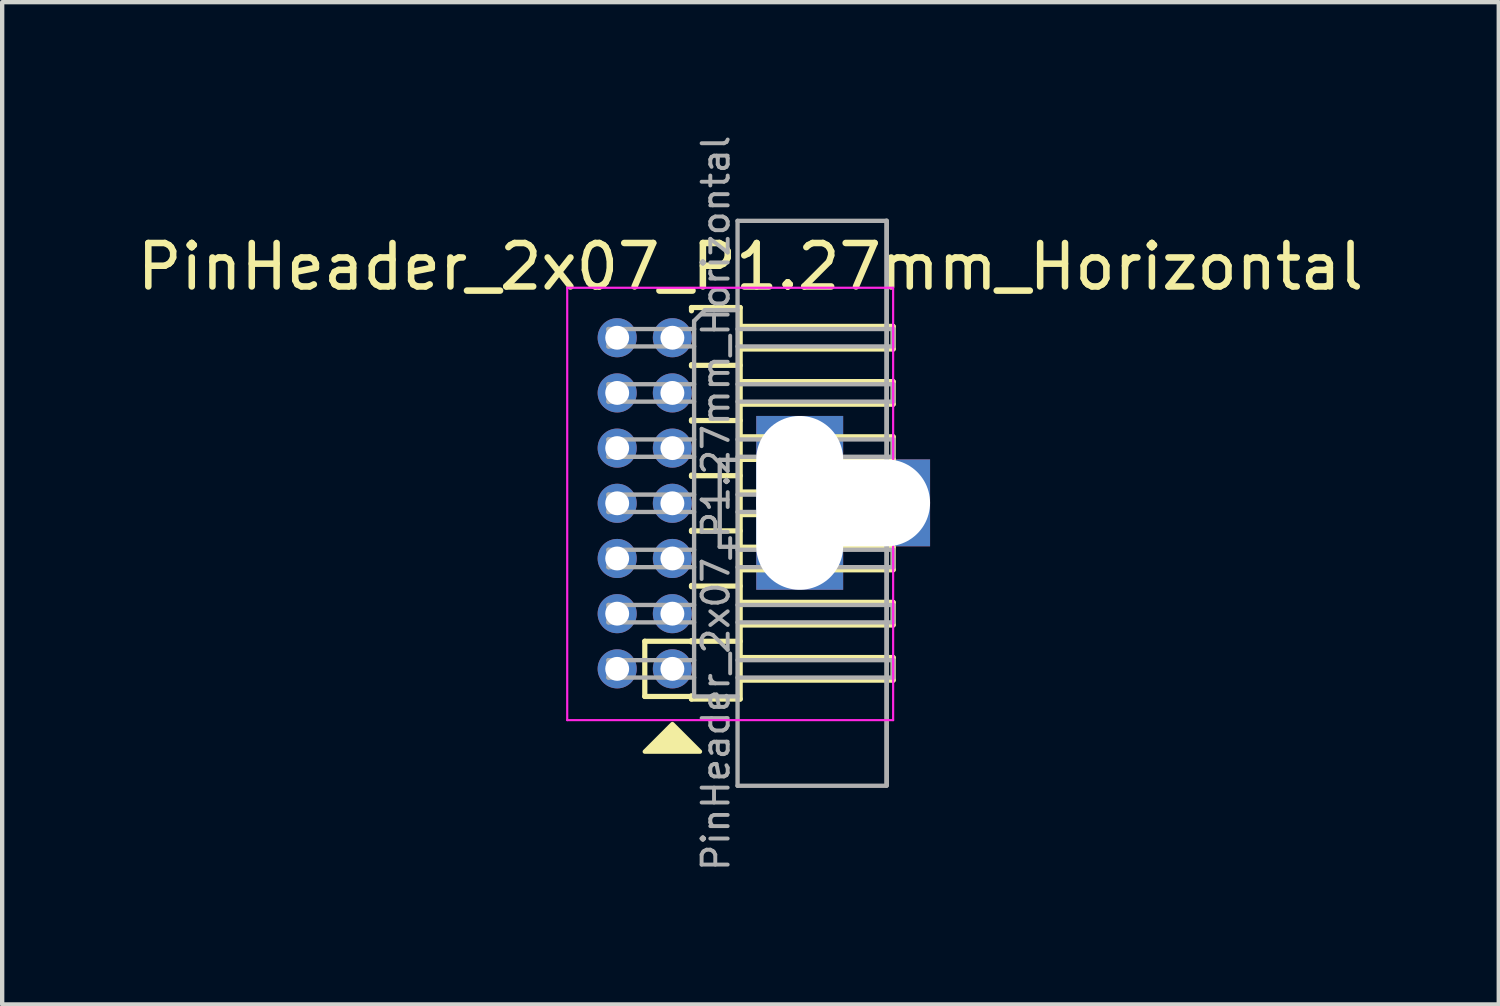
<source format=kicad_pcb>
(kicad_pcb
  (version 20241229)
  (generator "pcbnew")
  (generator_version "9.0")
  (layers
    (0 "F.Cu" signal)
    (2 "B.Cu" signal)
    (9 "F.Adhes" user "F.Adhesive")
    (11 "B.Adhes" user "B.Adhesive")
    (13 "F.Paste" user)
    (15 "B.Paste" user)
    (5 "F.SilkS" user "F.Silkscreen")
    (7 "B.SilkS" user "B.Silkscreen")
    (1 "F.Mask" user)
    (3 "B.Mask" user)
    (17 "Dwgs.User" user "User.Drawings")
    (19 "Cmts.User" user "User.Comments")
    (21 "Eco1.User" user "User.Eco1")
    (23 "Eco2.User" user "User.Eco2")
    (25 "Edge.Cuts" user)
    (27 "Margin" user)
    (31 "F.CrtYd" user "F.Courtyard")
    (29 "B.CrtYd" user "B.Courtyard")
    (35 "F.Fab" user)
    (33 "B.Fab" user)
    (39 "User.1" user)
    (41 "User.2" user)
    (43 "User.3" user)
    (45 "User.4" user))
  (footprint "PinHeader_2x07_P1.27mm_Horizontal"
    (layer "F.Cu")
    (at 11.153 4.722)
    (property "Reference" "PinHeader_2x07_P1.27mm_Horizontal" (at 3.067 -1.635 0) (layer "F.SilkS") (effects (font (size 1 1) (thickness 0.15))))
    (attr through_hole)
    (fp_line (start 0.635 6.985) (end 1.71 6.985) (stroke (width 0.12) (type solid)) (layer "F.SilkS"))
    (fp_line (start 0.635 8.255) (end 0.635 6.985) (stroke (width 0.12) (type solid)) (layer "F.SilkS"))
    (fp_line (start 0.635 8.255) (end 1.71 8.255) (stroke (width 0.12) (type solid)) (layer "F.SilkS"))
    (fp_line (start 1.71 -0.695) (end 2.83 -0.695) (stroke (width 0.12) (type solid)) (layer "F.SilkS"))
    (fp_line (start 1.71 -0.62) (end 1.71 -0.695) (stroke (width 0.12) (type solid)) (layer "F.SilkS"))
    (fp_line (start 1.71 0.62) (end 1.71 0.65) (stroke (width 0.12) (type solid)) (layer "F.SilkS"))
    (fp_line (start 1.71 0.635) (end 2.83 0.635) (stroke (width 0.12) (type solid)) (layer "F.SilkS"))
    (fp_line (start 1.71 1.89) (end 1.71 1.92) (stroke (width 0.12) (type solid)) (layer "F.SilkS"))
    (fp_line (start 1.71 1.905) (end 2.83 1.905) (stroke (width 0.12) (type solid)) (layer "F.SilkS"))
    (fp_line (start 1.71 3.16) (end 1.71 3.19) (stroke (width 0.12) (type solid)) (layer "F.SilkS"))
    (fp_line (start 1.71 3.175) (end 2.83 3.175) (stroke (width 0.12) (type solid)) (layer "F.SilkS"))
    (fp_line (start 1.71 4.43) (end 1.71 4.46) (stroke (width 0.12) (type solid)) (layer "F.SilkS"))
    (fp_line (start 1.71 4.445) (end 2.83 4.445) (stroke (width 0.12) (type solid)) (layer "F.SilkS"))
    (fp_line (start 1.71 5.7) (end 1.71 5.73) (stroke (width 0.12) (type solid)) (layer "F.SilkS"))
    (fp_line (start 1.71 5.715) (end 2.83 5.715) (stroke (width 0.12) (type solid)) (layer "F.SilkS"))
    (fp_line (start 1.71 6.97) (end 1.71 7) (stroke (width 0.12) (type solid)) (layer "F.SilkS"))
    (fp_line (start 1.71 6.985) (end 2.83 6.985) (stroke (width 0.12) (type solid)) (layer "F.SilkS"))
    (fp_line (start 1.71 8.315) (end 1.71 8.24) (stroke (width 0.12) (type solid)) (layer "F.SilkS"))
    (fp_line (start 2.83 -0.695) (end 2.83 8.315) (stroke (width 0.12) (type solid)) (layer "F.SilkS"))
    (fp_line (start 2.83 -0.26) (end 6.35 -0.26) (stroke (width 0.12) (type solid)) (layer "F.SilkS"))
    (fp_line (start 2.83 1.01) (end 6.35 1.01) (stroke (width 0.12) (type solid)) (layer "F.SilkS"))
    (fp_line (start 2.83 2.28) (end 6.35 2.28) (stroke (width 0.12) (type solid)) (layer "F.SilkS"))
    (fp_line (start 2.83 3.55) (end 6.35 3.55) (stroke (width 0.12) (type solid)) (layer "F.SilkS"))
    (fp_line (start 2.83 4.82) (end 6.35 4.82) (stroke (width 0.12) (type solid)) (layer "F.SilkS"))
    (fp_line (start 2.83 6.09) (end 6.35 6.09) (stroke (width 0.12) (type solid)) (layer "F.SilkS"))
    (fp_line (start 2.83 7.36) (end 6.35 7.36) (stroke (width 0.12) (type solid)) (layer "F.SilkS"))
    (fp_line (start 2.83 8.315) (end 1.71 8.315) (stroke (width 0.12) (type solid)) (layer "F.SilkS"))
    (fp_line (start 6.35 -0.26) (end 6.35 0.26) (stroke (width 0.12) (type solid)) (layer "F.SilkS"))
    (fp_line (start 6.35 0.26) (end 2.83 0.26) (stroke (width 0.12) (type solid)) (layer "F.SilkS"))
    (fp_line (start 6.35 1.01) (end 6.35 1.53) (stroke (width 0.12) (type solid)) (layer "F.SilkS"))
    (fp_line (start 6.35 1.53) (end 2.83 1.53) (stroke (width 0.12) (type solid)) (layer "F.SilkS"))
    (fp_line (start 6.35 2.28) (end 6.35 2.8) (stroke (width 0.12) (type solid)) (layer "F.SilkS"))
    (fp_line (start 6.35 2.8) (end 2.83 2.8) (stroke (width 0.12) (type solid)) (layer "F.SilkS"))
    (fp_line (start 6.35 3.55) (end 6.35 4.07) (stroke (width 0.12) (type solid)) (layer "F.SilkS"))
    (fp_line (start 6.35 4.07) (end 2.83 4.07) (stroke (width 0.12) (type solid)) (layer "F.SilkS"))
    (fp_line (start 6.35 4.82) (end 6.35 5.34) (stroke (width 0.12) (type solid)) (layer "F.SilkS"))
    (fp_line (start 6.35 5.34) (end 2.83 5.34) (stroke (width 0.12) (type solid)) (layer "F.SilkS"))
    (fp_line (start 6.35 6.09) (end 6.35 6.61) (stroke (width 0.12) (type solid)) (layer "F.SilkS"))
    (fp_line (start 6.35 6.61) (end 2.83 6.61) (stroke (width 0.12) (type solid)) (layer "F.SilkS"))
    (fp_line (start 6.35 7.36) (end 6.35 7.88) (stroke (width 0.12) (type solid)) (layer "F.SilkS"))
    (fp_line (start 6.35 7.88) (end 2.83 7.88) (stroke (width 0.12) (type solid)) (layer "F.SilkS"))
    (fp_poly (pts (xy 1.905 9.525) (xy 0.635 9.525) (xy 1.27 8.89)) (stroke (width 0.1) (type solid)) (fill yes) (layer "F.SilkS"))
    (fp_line (start -1.15 -1.15) (end -1.15 8.8) (stroke (width 0.05) (type solid)) (layer "F.CrtYd"))
    (fp_line (start -1.15 8.8) (end 6.35 8.8) (stroke (width 0.05) (type solid)) (layer "F.CrtYd"))
    (fp_line (start 6.35 -1.15) (end -1.15 -1.15) (stroke (width 0.05) (type solid)) (layer "F.CrtYd"))
    (fp_line (start 6.35 8.8) (end 6.35 -1.15) (stroke (width 0.05) (type solid)) (layer "F.CrtYd"))
    (fp_line (start -0.2 -0.2) (end -0.2 0.2) (stroke (width 0.1) (type solid)) (layer "F.Fab"))
    (fp_line (start -0.2 -0.2) (end 1.77 -0.2) (stroke (width 0.1) (type solid)) (layer "F.Fab"))
    (fp_line (start -0.2 0.2) (end 1.77 0.2) (stroke (width 0.1) (type solid)) (layer "F.Fab"))
    (fp_line (start -0.2 1.07) (end -0.2 1.47) (stroke (width 0.1) (type solid)) (layer "F.Fab"))
    (fp_line (start -0.2 1.07) (end 1.77 1.07) (stroke (width 0.1) (type solid)) (layer "F.Fab"))
    (fp_line (start -0.2 1.47) (end 1.77 1.47) (stroke (width 0.1) (type solid)) (layer "F.Fab"))
    (fp_line (start -0.2 2.34) (end -0.2 2.74) (stroke (width 0.1) (type solid)) (layer "F.Fab"))
    (fp_line (start -0.2 2.34) (end 1.77 2.34) (stroke (width 0.1) (type solid)) (layer "F.Fab"))
    (fp_line (start -0.2 2.74) (end 1.77 2.74) (stroke (width 0.1) (type solid)) (layer "F.Fab"))
    (fp_line (start -0.2 3.61) (end -0.2 4.01) (stroke (width 0.1) (type solid)) (layer "F.Fab"))
    (fp_line (start -0.2 3.61) (end 1.77 3.61) (stroke (width 0.1) (type solid)) (layer "F.Fab"))
    (fp_line (start -0.2 4.01) (end 1.77 4.01) (stroke (width 0.1) (type solid)) (layer "F.Fab"))
    (fp_line (start -0.2 4.88) (end -0.2 5.28) (stroke (width 0.1) (type solid)) (layer "F.Fab"))
    (fp_line (start -0.2 4.88) (end 1.77 4.88) (stroke (width 0.1) (type solid)) (layer "F.Fab"))
    (fp_line (start -0.2 5.28) (end 1.77 5.28) (stroke (width 0.1) (type solid)) (layer "F.Fab"))
    (fp_line (start -0.2 6.15) (end -0.2 6.55) (stroke (width 0.1) (type solid)) (layer "F.Fab"))
    (fp_line (start -0.2 6.15) (end 1.77 6.15) (stroke (width 0.1) (type solid)) (layer "F.Fab"))
    (fp_line (start -0.2 6.55) (end 1.77 6.55) (stroke (width 0.1) (type solid)) (layer "F.Fab"))
    (fp_line (start -0.2 7.42) (end -0.2 7.82) (stroke (width 0.1) (type solid)) (layer "F.Fab"))
    (fp_line (start -0.2 7.42) (end 1.77 7.42) (stroke (width 0.1) (type solid)) (layer "F.Fab"))
    (fp_line (start -0.2 7.82) (end 1.77 7.82) (stroke (width 0.1) (type solid)) (layer "F.Fab"))
    (fp_line (start 1.77 -0.385) (end 2.02 -0.635) (stroke (width 0.1) (type solid)) (layer "F.Fab"))
    (fp_line (start 1.77 8.255) (end 1.77 -0.385) (stroke (width 0.1) (type solid)) (layer "F.Fab"))
    (fp_line (start 2.02 -0.635) (end 2.77 -0.635) (stroke (width 0.1) (type solid)) (layer "F.Fab"))
    (fp_line (start 2.36 2.81) (end 2.36 4.81) (stroke (width 0.1) (type solid)) (layer "F.Fab"))
    (fp_line (start 2.36 2.81) (end 2.77 2.81) (stroke (width 0.1) (type solid)) (layer "F.Fab"))
    (fp_line (start 2.36 4.81) (end 2.77 4.81) (stroke (width 0.1) (type solid)) (layer "F.Fab"))
    (fp_line (start 2.77 -2.69) (end 2.77 10.31) (stroke (width 0.1) (type solid)) (layer "F.Fab"))
    (fp_line (start 2.77 -2.69) (end 6.2 -2.69) (stroke (width 0.1) (type solid)) (layer "F.Fab"))
    (fp_line (start 2.77 -0.2) (end 6.35 -0.2) (stroke (width 0.1) (type solid)) (layer "F.Fab"))
    (fp_line (start 2.77 0.2) (end 6.35 0.2) (stroke (width 0.1) (type solid)) (layer "F.Fab"))
    (fp_line (start 2.77 1.07) (end 6.35 1.07) (stroke (width 0.1) (type solid)) (layer "F.Fab"))
    (fp_line (start 2.77 1.47) (end 6.35 1.47) (stroke (width 0.1) (type solid)) (layer "F.Fab"))
    (fp_line (start 2.77 2.34) (end 6.35 2.34) (stroke (width 0.1) (type solid)) (layer "F.Fab"))
    (fp_line (start 2.77 2.74) (end 6.35 2.74) (stroke (width 0.1) (type solid)) (layer "F.Fab"))
    (fp_line (start 2.77 3.61) (end 6.35 3.61) (stroke (width 0.1) (type solid)) (layer "F.Fab"))
    (fp_line (start 2.77 4.01) (end 6.35 4.01) (stroke (width 0.1) (type solid)) (layer "F.Fab"))
    (fp_line (start 2.77 4.88) (end 6.35 4.88) (stroke (width 0.1) (type solid)) (layer "F.Fab"))
    (fp_line (start 2.77 5.28) (end 6.35 5.28) (stroke (width 0.1) (type solid)) (layer "F.Fab"))
    (fp_line (start 2.77 6.15) (end 6.35 6.15) (stroke (width 0.1) (type solid)) (layer "F.Fab"))
    (fp_line (start 2.77 6.55) (end 6.35 6.55) (stroke (width 0.1) (type solid)) (layer "F.Fab"))
    (fp_line (start 2.77 7.42) (end 6.35 7.42) (stroke (width 0.1) (type solid)) (layer "F.Fab"))
    (fp_line (start 2.77 7.82) (end 6.35 7.82) (stroke (width 0.1) (type solid)) (layer "F.Fab"))
    (fp_line (start 2.77 8.255) (end 1.77 8.255) (stroke (width 0.1) (type solid)) (layer "F.Fab"))
    (fp_line (start 2.77 10.31) (end 6.2 10.31) (stroke (width 0.1) (type solid)) (layer "F.Fab"))
    (fp_line (start 3.36 2.81) (end 3.36 4.81) (stroke (width 0.1) (type solid)) (layer "F.Fab"))
    (fp_line (start 6.2 -2.69) (end 6.2 10.3) (stroke (width 0.11) (type solid)) (layer "F.Fab"))
    (fp_line (start 6.35 -0.2) (end 6.35 0.2) (stroke (width 0.1) (type solid)) (layer "F.Fab"))
    (fp_line (start 6.35 1.07) (end 6.35 1.47) (stroke (width 0.1) (type solid)) (layer "F.Fab"))
    (fp_line (start 6.35 2.34) (end 6.35 2.74) (stroke (width 0.1) (type solid)) (layer "F.Fab"))
    (fp_line (start 6.35 3.61) (end 6.35 4.01) (stroke (width 0.1) (type solid)) (layer "F.Fab"))
    (fp_line (start 6.35 4.88) (end 6.35 5.28) (stroke (width 0.1) (type solid)) (layer "F.Fab"))
    (fp_line (start 6.35 6.15) (end 6.35 6.55) (stroke (width 0.1) (type solid)) (layer "F.Fab"))
    (fp_line (start 6.35 7.42) (end 6.35 7.82) (stroke (width 0.1) (type solid)) (layer "F.Fab"))
    (fp_text user "${REFERENCE}" (at 2.27 3.81 90) (layer "F.Fab") (effects (font (size 0.6 0.6) (thickness 0.09))))
    (pad "" np_thru_hole rect (at 4.2 3.8 90) (size 4 2) (drill oval 4 2) (layers "*.Cu" "*.Mask"))
    (pad "" np_thru_hole rect (at 5.2 3.8) (size 4 2) (drill oval 4 2) (layers "*.Cu" "*.Mask"))
    (pad "1" thru_hole circle (at 1.27 7.62) (size 0.9 0.9) (drill 0.55) (layers "*.Cu" "*.Mask"))
    (pad "2" thru_hole circle (at 0 7.62) (size 0.9 0.9) (drill 0.55) (layers "*.Cu" "*.Mask"))
    (pad "3" thru_hole circle (at 1.27 6.35) (size 0.9 0.9) (drill 0.55) (layers "*.Cu" "*.Mask"))
    (pad "4" thru_hole circle (at 0 6.35) (size 0.9 0.9) (drill 0.55) (layers "*.Cu" "*.Mask"))
    (pad "5" thru_hole circle (at 1.27 5.08) (size 0.9 0.9) (drill 0.55) (layers "*.Cu" "*.Mask"))
    (pad "6" thru_hole circle (at 0 5.08) (size 0.9 0.9) (drill 0.55) (layers "*.Cu" "*.Mask"))
    (pad "7" thru_hole circle (at 1.27 3.81) (size 0.9 0.9) (drill 0.55) (layers "*.Cu" "*.Mask"))
    (pad "8" thru_hole circle (at 0 3.81) (size 0.9 0.9) (drill 0.55) (layers "*.Cu" "*.Mask"))
    (pad "9" thru_hole circle (at 1.27 2.54) (size 0.9 0.9) (drill 0.55) (layers "*.Cu" "*.Mask"))
    (pad "10" thru_hole circle (at 0 2.54) (size 0.9 0.9) (drill 0.55) (layers "*.Cu" "*.Mask"))
    (pad "11" thru_hole circle (at 1.27 1.27) (size 0.9 0.9) (drill 0.55) (layers "*.Cu" "*.Mask"))
    (pad "12" thru_hole circle (at 0 1.27) (size 0.9 0.9) (drill 0.55) (layers "*.Cu" "*.Mask"))
    (pad "13" thru_hole circle (at 1.27 0) (size 0.9 0.9) (drill 0.55) (layers "*.Cu" "*.Mask"))
    (pad "14" thru_hole circle (at 0 0) (size 0.9 0.9) (drill 0.55) (layers "*.Cu" "*.Mask")))
  (gr_rect
    (start -3 -3)
    (end 31.44 20.064)
    (stroke (width 0.1) (type default))
    (fill no)
    (layer "Edge.Cuts")))
</source>
